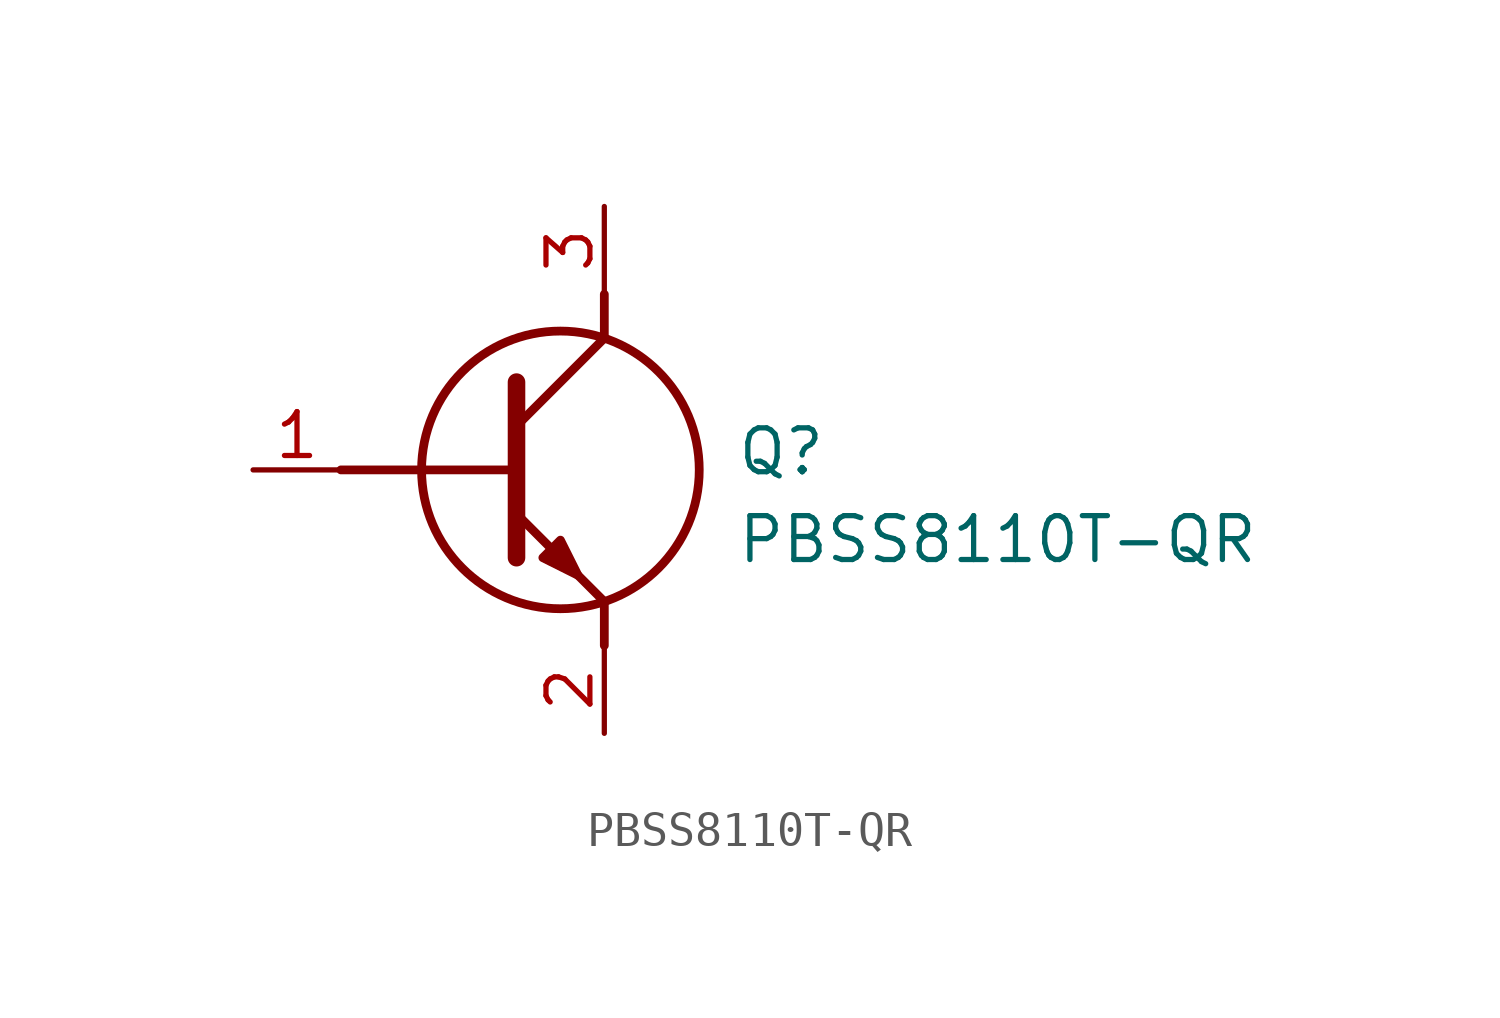
<source format=kicad_sym>
(kicad_symbol_lib
  (version 20211014)
  (generator SamacSys_ECAD_Model)
  (symbol "PBSS8110T-QR"
    (pin_names hide)
    (property "Reference" "Q"
      (at 13.97 1.27 0)
      (effects (font (size 1.27 1.27)) (justify left top)))
    (property "Value" "PBSS8110T-QR"
      (at 13.97 -1.27 0)
      (effects (font (size 1.27 1.27)) (justify left top)))
    (polyline
      (pts (xy 7.62 2.54) (xy 7.62 -2.54))
      (stroke (width 0.508) (type default))
      (fill (type none)))
    (polyline
      (pts (xy 7.62 1.27) (xy 10.16 3.81))
      (stroke (width 0.254) (type default))
      (fill (type none)))
    (polyline
      (pts (xy 7.62 -1.27) (xy 10.16 -3.81))
      (stroke (width 0.254) (type default))
      (fill (type none)))
    (polyline
      (pts (xy 10.16 -3.81) (xy 10.16 -5.08))
      (stroke (width 0.254) (type default))
      (fill (type none)))
    (polyline
      (pts (xy 10.16 3.81) (xy 10.16 5.08))
      (stroke (width 0.254) (type default))
      (fill (type none)))
    (polyline
      (pts (xy 2.54 0) (xy 7.62 0))
      (stroke (width 0.254) (type default))
      (fill (type none)))
    (circle
      (center 8.89 0)
      (radius 4.016)
      (stroke (width 0.254) (type default))
      (fill (type none)))
    (polyline
      (pts (xy 8.382 -2.54) (xy 8.89 -2.032) (xy 9.398 -3.048) (xy 8.382 -2.54))
      (stroke (width 0.254) (type default))
      (fill (type outline)))
    (pin passive line
      (at 0 0 0)
      (length 2.54)
      (name "B" (effects (font (size 1.27 1.27))))
      (number "1" (effects (font (size 1.27 1.27)))))
    (pin passive line
      (at 10.16 -7.62 90)
      (length 2.54)
      (name "E" (effects (font (size 1.27 1.27))))
      (number "2" (effects (font (size 1.27 1.27)))))
    (pin passive line
      (at 10.16 7.62 270)
      (length 2.54)
      (name "C" (effects (font (size 1.27 1.27))))
      (number "3" (effects (font (size 1.27 1.27)))))))
</source>
